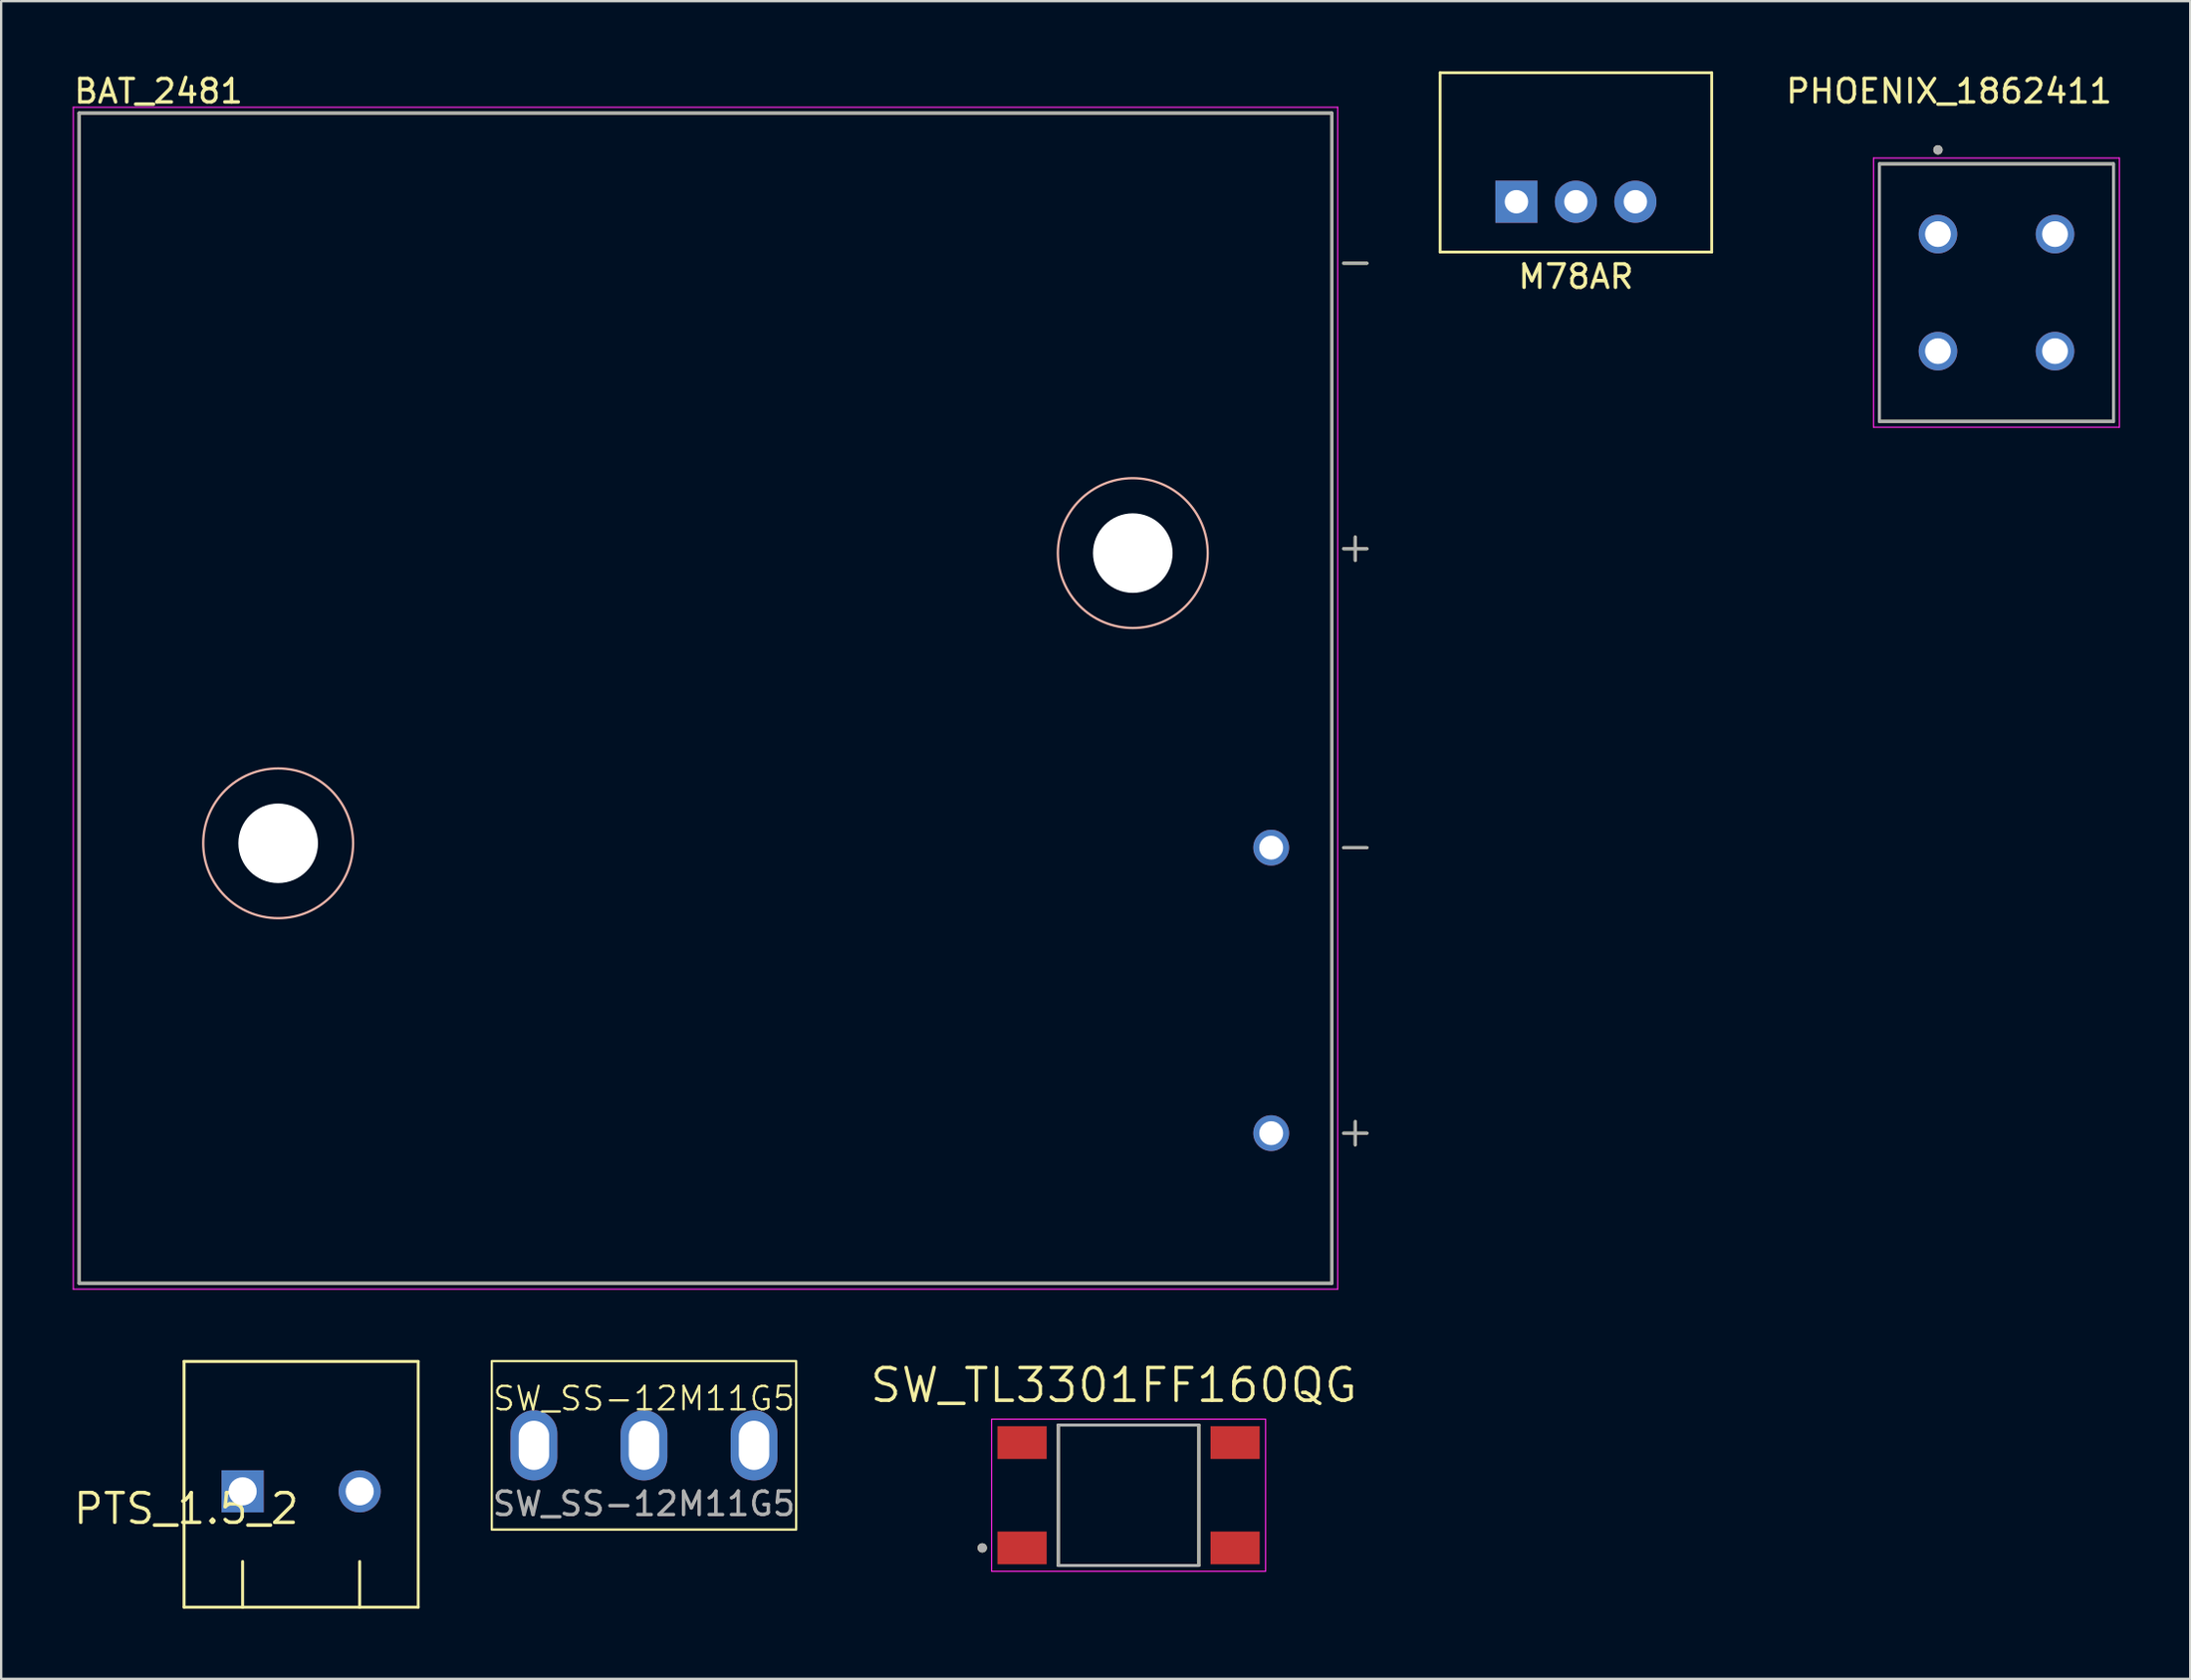
<source format=kicad_pcb>
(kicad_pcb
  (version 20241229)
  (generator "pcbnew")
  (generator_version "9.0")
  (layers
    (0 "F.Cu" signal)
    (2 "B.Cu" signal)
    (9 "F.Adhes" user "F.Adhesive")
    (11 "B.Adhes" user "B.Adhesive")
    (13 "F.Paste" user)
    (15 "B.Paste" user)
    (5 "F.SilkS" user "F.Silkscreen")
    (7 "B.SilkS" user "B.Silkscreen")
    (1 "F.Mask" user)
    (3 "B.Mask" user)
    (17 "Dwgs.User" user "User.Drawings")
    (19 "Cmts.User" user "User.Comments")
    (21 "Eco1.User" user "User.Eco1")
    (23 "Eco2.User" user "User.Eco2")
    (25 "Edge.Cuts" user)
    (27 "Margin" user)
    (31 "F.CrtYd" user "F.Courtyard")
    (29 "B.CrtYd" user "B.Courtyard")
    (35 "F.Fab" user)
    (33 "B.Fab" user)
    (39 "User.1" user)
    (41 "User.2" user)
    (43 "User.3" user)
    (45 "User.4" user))
  (footprint "PTS_1.5_2"
    (layer "F.Cu")
    (at 9.812 60.672)
    (property "Reference" "PTS_1.5_2" (at 0 0 0) (layer "F.SilkS") (effects (font (size 1.27 1.27) (thickness 0.15)) (justify right top)))
    (attr through_hole)
    (fp_line (start -5 -5.55) (end -5 4.95) (stroke (width 0.127) (type solid)) (layer "F.SilkS"))
    (fp_line (start -5 4.95) (end -2.5 4.95) (stroke (width 0.127) (type solid)) (layer "F.SilkS"))
    (fp_line (start -2.5 4.95) (end -2.5 3) (stroke (width 0.127) (type solid)) (layer "F.SilkS"))
    (fp_line (start -2.5 4.95) (end 2.5 4.95) (stroke (width 0.127) (type solid)) (layer "F.SilkS"))
    (fp_line (start 2.5 4.95) (end 2.5 3) (stroke (width 0.127) (type solid)) (layer "F.SilkS"))
    (fp_line (start 2.5 4.95) (end 5 4.95) (stroke (width 0.127) (type solid)) (layer "F.SilkS"))
    (fp_line (start 5 -5.55) (end -5 -5.55) (stroke (width 0.127) (type solid)) (layer "F.SilkS"))
    (fp_line (start 5 4.95) (end 5 -5.55) (stroke (width 0.12) (type solid)) (layer "F.SilkS"))
    (pad "1" thru_hole rect (at -2.5 0) (size 1.8 1.8) (drill 1.2) (layers "*.Cu" "*.Mask"))
    (pad "2" thru_hole circle (at 2.5 0) (size 1.8 1.8) (drill 1.2) (layers "*.Cu" "*.Mask")))
  (footprint "BAT_2481"
    (layer "F.Cu")
    (at 27.08 26.783)
    (property "Reference" "BAT_2481" (at -23.36 -25.935 0) (layer "F.SilkS") (effects (font (size 1 1) (thickness 0.15))))
    (attr through_hole)
    (fp_line (start -26.75 -25) (end 26.75 -25) (stroke (width 0.127) (type solid)) (layer "F.SilkS"))
    (fp_line (start -26.75 25) (end -26.75 -25) (stroke (width 0.127) (type solid)) (layer "F.SilkS"))
    (fp_line (start 26.75 -25) (end 26.75 25) (stroke (width 0.127) (type solid)) (layer "F.SilkS"))
    (fp_line (start 26.75 25) (end -26.75 25) (stroke (width 0.127) (type solid)) (layer "F.SilkS"))
    (fp_line (start 27.25 -18.586) (end 28.25 -18.586) (stroke (width 0.127) (type solid)) (layer "F.SilkS"))
    (fp_line (start 27.25 -6.386) (end 28.25 -6.386) (stroke (width 0.127) (type solid)) (layer "F.SilkS"))
    (fp_line (start 27.25 6.386) (end 28.25 6.386) (stroke (width 0.127) (type solid)) (layer "F.SilkS"))
    (fp_line (start 27.25 18.586) (end 28.25 18.586) (stroke (width 0.127) (type solid)) (layer "F.SilkS"))
    (fp_line (start 27.75 -5.886) (end 27.75 -6.886) (stroke (width 0.127) (type solid)) (layer "F.SilkS"))
    (fp_line (start 27.75 18.086) (end 27.75 19.086) (stroke (width 0.127) (type solid)) (layer "F.SilkS"))
    (fp_circle (center -18.25 6.2) (end -15.05 6.2) (stroke (width 0.1) (type solid)) (fill no) (layer "B.SilkS"))
    (fp_circle (center 18.25 -6.2) (end 21.45 -6.2) (stroke (width 0.1) (type solid)) (fill no) (layer "B.SilkS"))
    (fp_line (start -27 -25.25) (end 27 -25.25) (stroke (width 0.05) (type solid)) (layer "F.CrtYd"))
    (fp_line (start -27 25.25) (end -27 -25.25) (stroke (width 0.05) (type solid)) (layer "F.CrtYd"))
    (fp_line (start 27 -25.25) (end 27 25.25) (stroke (width 0.05) (type solid)) (layer "F.CrtYd"))
    (fp_line (start 27 25.25) (end -27 25.25) (stroke (width 0.05) (type solid)) (layer "F.CrtYd"))
    (fp_line (start -26.75 -25) (end 26.75 -25) (stroke (width 0.127) (type solid)) (layer "F.Fab"))
    (fp_line (start -26.75 25) (end -26.75 -25) (stroke (width 0.127) (type solid)) (layer "F.Fab"))
    (fp_line (start 26.75 -25) (end 26.75 25) (stroke (width 0.127) (type solid)) (layer "F.Fab"))
    (fp_line (start 26.75 25) (end -26.75 25) (stroke (width 0.127) (type solid)) (layer "F.Fab"))
    (fp_line (start 27.25 -18.586) (end 28.25 -18.586) (stroke (width 0.127) (type solid)) (layer "F.Fab"))
    (fp_line (start 27.25 -6.386) (end 28.25 -6.386) (stroke (width 0.127) (type solid)) (layer "F.Fab"))
    (fp_line (start 27.25 6.386) (end 28.25 6.386) (stroke (width 0.127) (type solid)) (layer "F.Fab"))
    (fp_line (start 27.25 18.586) (end 28.25 18.586) (stroke (width 0.127) (type solid)) (layer "F.Fab"))
    (fp_line (start 27.75 -5.886) (end 27.75 -6.886) (stroke (width 0.127) (type solid)) (layer "F.Fab"))
    (fp_line (start 27.75 18.086) (end 27.75 19.086) (stroke (width 0.127) (type solid)) (layer "F.Fab"))
    (pad "" np_thru_hole circle (at -18.25 6.2) (size 3.4 3.4) (drill 3.4) (layers "*.Cu" "*.Mask"))
    (pad "" np_thru_hole circle (at 18.25 -6.2) (size 3.4 3.4) (drill 3.4) (layers "*.Cu" "*.Mask"))
    (pad "1" thru_hole circle (at 24.16 18.586) (size 1.53 1.53) (drill 1.02) (layers "*.Cu" "*.Mask"))
    (pad "2" thru_hole circle (at 24.16 6.386) (size 1.53 1.53) (drill 1.02) (layers "*.Cu" "*.Mask")))
  (footprint "SW_TL3301FF160QG"
    (layer "F.Cu")
    (at 45.15 60.84)
    (property "Reference" "SW_TL3301FF160QG" (at -0.635 -4.699 0) (layer "F.SilkS") (effects (font (size 1.4 1.4) (thickness 0.15))))
    (attr smd)
    (fp_line (start -3 -3) (end -3 3) (stroke (width 0.127) (type solid)) (layer "F.SilkS"))
    (fp_line (start -3 3) (end 3 3) (stroke (width 0.127) (type solid)) (layer "F.SilkS"))
    (fp_line (start 3 -3) (end -3 -3) (stroke (width 0.127) (type solid)) (layer "F.SilkS"))
    (fp_line (start 3 3) (end 3 -3) (stroke (width 0.127) (type solid)) (layer "F.SilkS"))
    (fp_circle (center -6.25 2.25) (end -6.15 2.25) (stroke (width 0.2) (type solid)) (fill no) (layer "F.SilkS"))
    (fp_line (start -5.85 -3.25) (end 5.85 -3.25) (stroke (width 0.05) (type solid)) (layer "F.CrtYd"))
    (fp_line (start -5.85 3.25) (end -5.85 -3.25) (stroke (width 0.05) (type solid)) (layer "F.CrtYd"))
    (fp_line (start 5.85 -3.25) (end 5.85 3.25) (stroke (width 0.05) (type solid)) (layer "F.CrtYd"))
    (fp_line (start 5.85 3.25) (end -5.85 3.25) (stroke (width 0.05) (type solid)) (layer "F.CrtYd"))
    (fp_line (start -3 -3) (end 3 -3) (stroke (width 0.127) (type solid)) (layer "F.Fab"))
    (fp_line (start -3 3) (end -3 -3) (stroke (width 0.127) (type solid)) (layer "F.Fab"))
    (fp_line (start 3 -3) (end 3 3) (stroke (width 0.127) (type solid)) (layer "F.Fab"))
    (fp_line (start 3 3) (end -3 3) (stroke (width 0.127) (type solid)) (layer "F.Fab"))
    (fp_circle (center -6.25 2.25) (end -6.15 2.25) (stroke (width 0.2) (type solid)) (fill no) (layer "F.Fab"))
    (pad "1" smd rect (at -4.55 2.25) (size 2.1 1.4) (layers "F.Cu" "F.Mask" "F.Paste"))
    (pad "1" smd rect (at 4.55 2.25) (size 2.1 1.4) (layers "F.Cu" "F.Mask" "F.Paste"))
    (pad "2" smd rect (at -4.55 -2.25) (size 2.1 1.4) (layers "F.Cu" "F.Mask" "F.Paste"))
    (pad "2" smd rect (at 4.55 -2.25) (size 2.1 1.4) (layers "F.Cu" "F.Mask" "F.Paste")))
  (footprint "M78AR"
    (layer "F.Cu")
    (at 64.254 5.57)
    (property "Reference" "M78AR" (at 0 3.2 0) (layer "F.SilkS") (effects (font (size 1 1) (thickness 0.15))))
    (attr through_hole)
    (fp_line (start -5.8 2.15) (end -5.8 -5.51) (stroke (width 0.12) (type solid)) (layer "F.SilkS"))
    (fp_line (start 5.8 -5.51) (end -5.8 -5.51) (stroke (width 0.12) (type solid)) (layer "F.SilkS"))
    (fp_line (start 5.8 -5.51) (end 5.8 2.15) (stroke (width 0.12) (type solid)) (layer "F.SilkS"))
    (fp_line (start 5.8 2.15) (end -5.8 2.15) (stroke (width 0.12) (type solid)) (layer "F.SilkS"))
    (pad "1" thru_hole rect (at -2.54 0) (size 1.8 1.8) (drill 1) (layers "*.Cu" "*.Mask"))
    (pad "2" thru_hole circle (at 0 0) (size 1.8 1.8) (drill 1) (layers "*.Cu" "*.Mask"))
    (pad "3" thru_hole circle (at 2.54 0) (size 1.8 1.8) (drill 1) (layers "*.Cu" "*.Mask")))
  (footprint "PHOENIX_1862411"
    (layer "F.Cu")
    (at 77.216 14.953)
    (property "Reference" "PHOENIX_1862411" (at 2.975 -14.105 0) (layer "F.SilkS") (effects (font (size 1 1) (thickness 0.15))))
    (attr through_hole)
    (fp_line (start 0 -11) (end 10 -11) (stroke (width 0.127) (type solid)) (layer "F.SilkS"))
    (fp_line (start 0 0) (end 0 -11) (stroke (width 0.127) (type solid)) (layer "F.SilkS"))
    (fp_line (start 10 -11) (end 10 0) (stroke (width 0.127) (type solid)) (layer "F.SilkS"))
    (fp_line (start 10 0) (end 0 0) (stroke (width 0.127) (type solid)) (layer "F.SilkS"))
    (fp_circle (center 2.5 -11.6) (end 2.6 -11.6) (stroke (width 0.2) (type solid)) (fill no) (layer "F.SilkS"))
    (fp_line (start -0.25 -11.25) (end -0.25 0.25) (stroke (width 0.05) (type solid)) (layer "F.CrtYd"))
    (fp_line (start -0.25 0.25) (end 10.25 0.25) (stroke (width 0.05) (type solid)) (layer "F.CrtYd"))
    (fp_line (start 10.25 -11.25) (end -0.25 -11.25) (stroke (width 0.05) (type solid)) (layer "F.CrtYd"))
    (fp_line (start 10.25 0.25) (end 10.25 -11.25) (stroke (width 0.05) (type solid)) (layer "F.CrtYd"))
    (fp_line (start 0 -11) (end 10 -11) (stroke (width 0.127) (type solid)) (layer "F.Fab"))
    (fp_line (start 0 0) (end 0 -11) (stroke (width 0.127) (type solid)) (layer "F.Fab"))
    (fp_line (start 10 -11) (end 10 0) (stroke (width 0.127) (type solid)) (layer "F.Fab"))
    (fp_line (start 10 0) (end 0 0) (stroke (width 0.127) (type solid)) (layer "F.Fab"))
    (fp_circle (center 2.5 -11.6) (end 2.6 -11.6) (stroke (width 0.2) (type solid)) (fill no) (layer "F.Fab"))
    (pad "1" thru_hole circle (at 2.5 -8) (size 1.65 1.65) (drill 1.1) (layers "*.Cu" "*.Mask"))
    (pad "1" thru_hole circle (at 2.5 -3) (size 1.65 1.65) (drill 1.1) (layers "*.Cu" "*.Mask"))
    (pad "2" thru_hole circle (at 7.5 -8) (size 1.65 1.65) (drill 1.1) (layers "*.Cu" "*.Mask"))
    (pad "2" thru_hole circle (at 7.5 -3) (size 1.65 1.65) (drill 1.1) (layers "*.Cu" "*.Mask")))
  (footprint "SW_SS-12M11G5"
    (layer "F.Cu")
    (at 24.453 58.708)
    (property "Reference" "SW_SS-12M11G5" (at 0 -2 0) (unlocked yes) (layer "F.SilkS") (effects (font (size 1 1) (thickness 0.1))))
    (attr smd)
    (fp_rect (start -6.5 -3.6) (end 6.5 3.6) (stroke (width 0.1) (type solid)) (fill no) (layer "F.SilkS"))
    (fp_text user "${REFERENCE}" (at 0 2.5 0) (unlocked yes) (layer "F.Fab") (effects (font (size 1 1) (thickness 0.15))))
    (pad "1" thru_hole oval (at -4.7 0 90) (size 3 2) (drill oval 2.1 1.3) (layers "*.Cu" "*.Mask"))
    (pad "2" thru_hole oval (at 0 0 90) (size 3 2) (drill oval 2.1 1.3) (layers "*.Cu" "*.Mask"))
    (pad "3" thru_hole oval (at 4.7 0 90) (size 3 2) (drill oval 2.1 1.3) (layers "*.Cu" "*.Mask")))
  (gr_rect
    (start -3 -3)
    (end 90.491 68.685)
    (stroke (width 0.1) (type default))
    (fill no)
    (layer "Edge.Cuts")))
</source>
